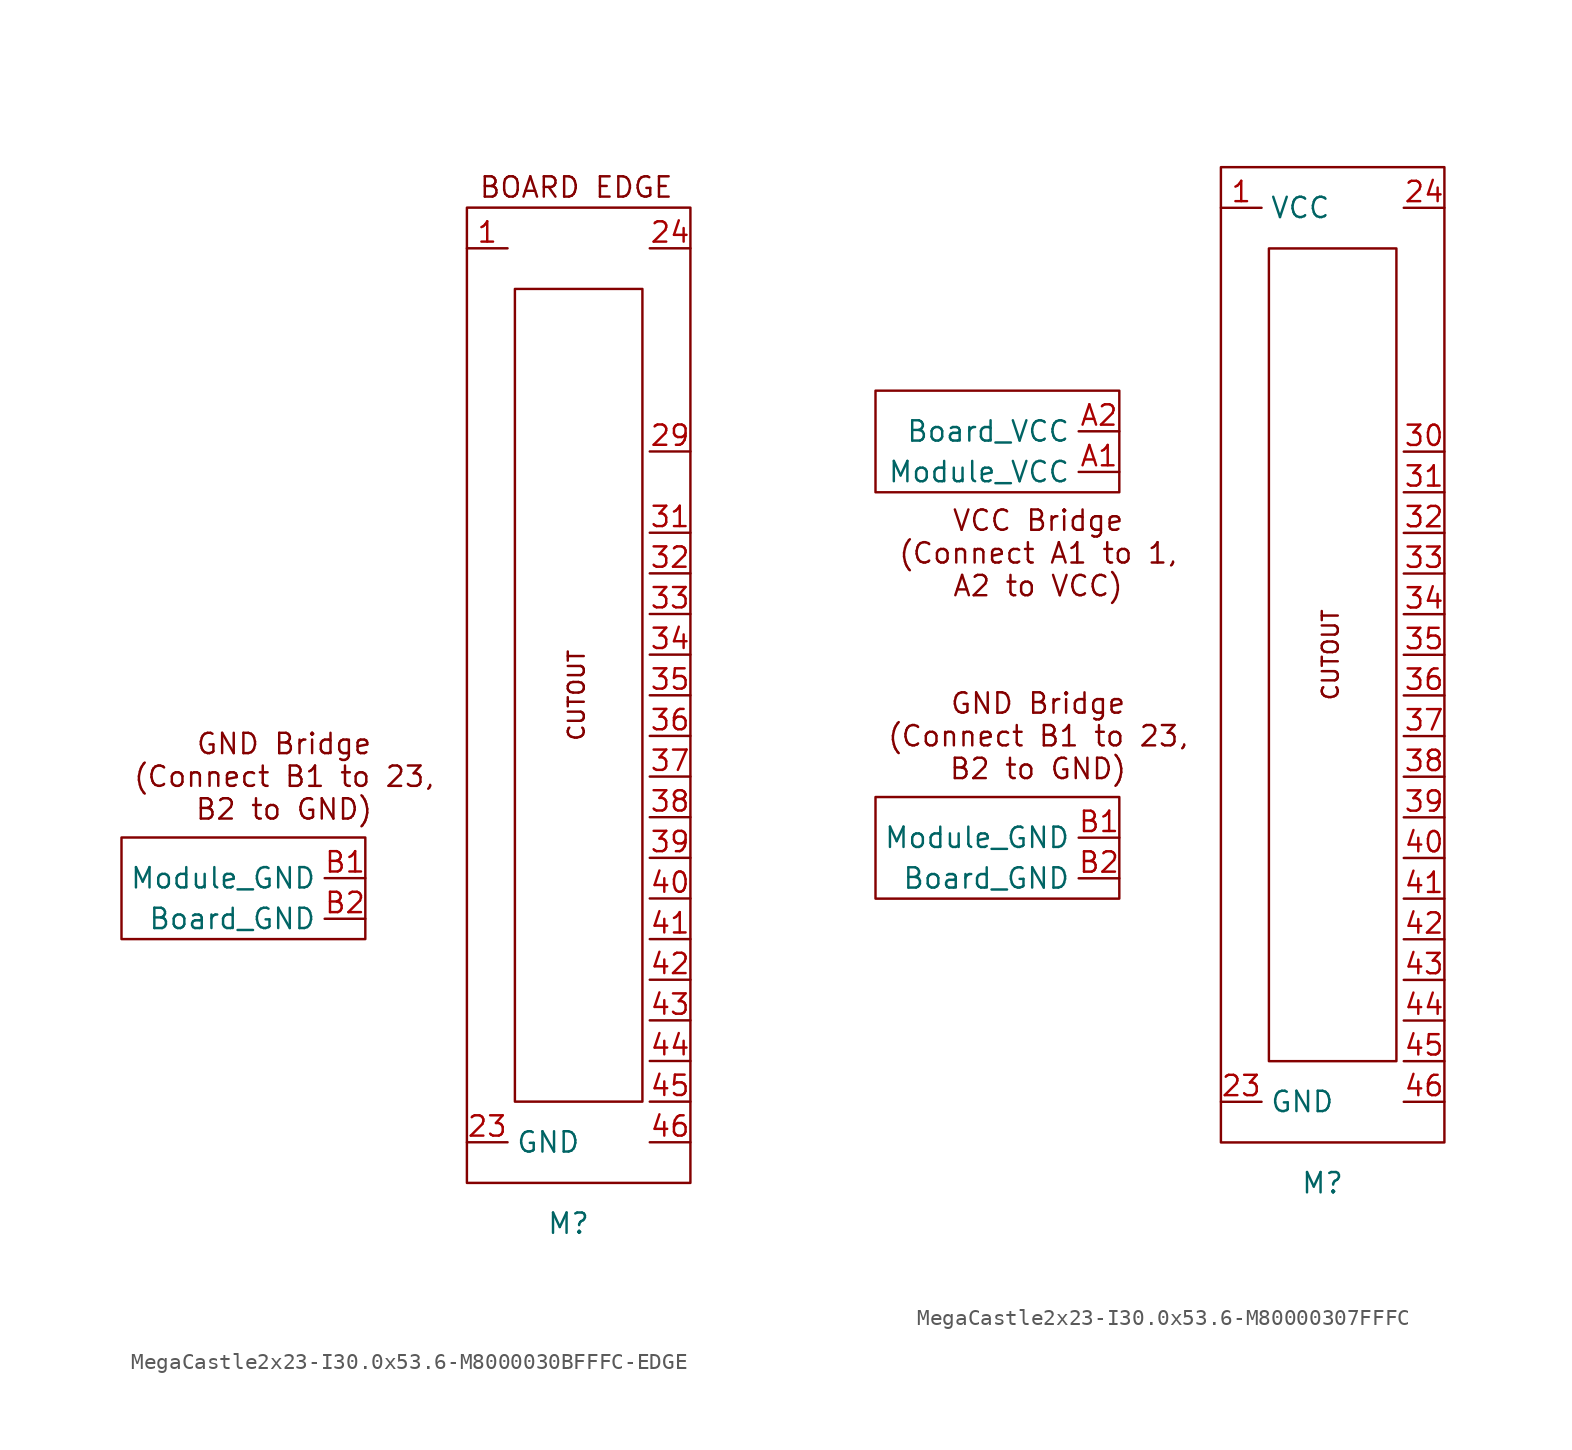
<source format=kicad_sym>
(kicad_symbol_lib
  (version 20231120)
  (generator "kicad_symbol_editor")
  (generator_version "8.0")
  (symbol "MegaCastle2x23-I30.0x53.6-M8000030BFFFC-EDGE"
    (property "Reference" "M"
      (at 0 -33.02 0)
      (effects (font (size 1.27 1.27))))
    (property "Value" ""
      (at 0 5.08 0)
      (effects (font (size 1.27 1.27))))
    (symbol "MegaCastle2x23-I30.0x53.6-M8000030BFFFC-EDGE_0_1"
      (rectangle (start -27.94 -8.89) (end -12.7 -15.24) (stroke (width 0) (type default)) (fill (type none)))
      (rectangle (start -6.35 30.48) (end 7.62 -30.48) (stroke (width 0) (type default)) (fill (type none)))
      (rectangle (start -3.35 25.4) (end 4.62 -25.4) (stroke (width 0) (type default)) (fill (type none))))
    (symbol "MegaCastle2x23-I30.0x53.6-M8000030BFFFC-EDGE_1_1"
      (text "GND Bridge\n(Connect B1 to 23,\nB2 to GND)" (at -17.78 -5.08 0) (effects (font (size 1.27 1.27))))
      (text " BOARD EDGE" (at 0 31.75 0) (effects (font (size 1.27 1.27))))
      (text "CUTOUT" (at 0.5 0 900) (effects (font (size 1 1))))
      (pin bidirectional line (at -6.35 27.94 0) (length 2.54) (name "" (effects (font (size 1.27 1.27)))) (number "1" (effects (font (size 1.27 1.27)))))
      (pin bidirectional line (at -6.35 -27.94 0) (length 2.54) (name "GND" (effects (font (size 1.27 1.27)))) (number "23" (effects (font (size 1.27 1.27)))))
      (pin bidirectional line (at 7.62 27.94 180) (length 2.54) (name "" (effects (font (size 1.27 1.27)))) (number "24" (effects (font (size 1.27 1.27)))))
      (pin bidirectional line (at 7.62 15.24 180) (length 2.54) (name "" (effects (font (size 1.27 1.27)))) (number "29" (effects (font (size 1.27 1.27)))))
      (pin bidirectional line (at 7.62 10.16 180) (length 2.54) (name "" (effects (font (size 1.27 1.27)))) (number "31" (effects (font (size 1.27 1.27)))))
      (pin bidirectional line (at 7.62 7.62 180) (length 2.54) (name "" (effects (font (size 1.27 1.27)))) (number "32" (effects (font (size 1.27 1.27)))))
      (pin bidirectional line (at 7.62 5.08 180) (length 2.54) (name "" (effects (font (size 1.27 1.27)))) (number "33" (effects (font (size 1.27 1.27)))))
      (pin bidirectional line (at 7.62 2.54 180) (length 2.54) (name "" (effects (font (size 1.27 1.27)))) (number "34" (effects (font (size 1.27 1.27)))))
      (pin bidirectional line (at 7.62 0 180) (length 2.54) (name "" (effects (font (size 1.27 1.27)))) (number "35" (effects (font (size 1.27 1.27)))))
      (pin bidirectional line (at 7.62 -2.54 180) (length 2.54) (name "" (effects (font (size 1.27 1.27)))) (number "36" (effects (font (size 1.27 1.27)))))
      (pin bidirectional line (at 7.62 -5.08 180) (length 2.54) (name "" (effects (font (size 1.27 1.27)))) (number "37" (effects (font (size 1.27 1.27)))))
      (pin bidirectional line (at 7.62 -7.62 180) (length 2.54) (name "" (effects (font (size 1.27 1.27)))) (number "38" (effects (font (size 1.27 1.27)))))
      (pin bidirectional line (at 7.62 -10.16 180) (length 2.54) (name "" (effects (font (size 1.27 1.27)))) (number "39" (effects (font (size 1.27 1.27)))))
      (pin bidirectional line (at 7.62 -12.7 180) (length 2.54) (name "" (effects (font (size 1.27 1.27)))) (number "40" (effects (font (size 1.27 1.27)))))
      (pin bidirectional line (at 7.62 -15.24 180) (length 2.54) (name "" (effects (font (size 1.27 1.27)))) (number "41" (effects (font (size 1.27 1.27)))))
      (pin bidirectional line (at 7.62 -17.78 180) (length 2.54) (name "" (effects (font (size 1.27 1.27)))) (number "42" (effects (font (size 1.27 1.27)))))
      (pin bidirectional line (at 7.62 -20.32 180) (length 2.54) (name "" (effects (font (size 1.27 1.27)))) (number "43" (effects (font (size 1.27 1.27)))))
      (pin bidirectional line (at 7.62 -22.86 180) (length 2.54) (name "" (effects (font (size 1.27 1.27)))) (number "44" (effects (font (size 1.27 1.27)))))
      (pin bidirectional line (at 7.62 -25.4 180) (length 2.54) (name "" (effects (font (size 1.27 1.27)))) (number "45" (effects (font (size 1.27 1.27)))))
      (pin bidirectional line (at 7.62 -27.94 180) (length 2.54) (name "" (effects (font (size 1.27 1.27)))) (number "46" (effects (font (size 1.27 1.27)))))
      (pin bidirectional line (at -12.7 -11.43 180) (length 2.54) (name "Module_GND" (effects (font (size 1.27 1.27)))) (number "B1" (effects (font (size 1.27 1.27)))))
      (pin bidirectional line (at -12.7 -13.97 180) (length 2.54) (name "Board_GND" (effects (font (size 1.27 1.27)))) (number "B2" (effects (font (size 1.27 1.27)))))))
  (symbol "MegaCastle2x23-I30.0x53.6-M80000307FFFC"
    (property "Reference" "M"
      (at 0 -33.02 0)
      (effects (font (size 1.27 1.27))))
    (property "Value" ""
      (at 0 5.08 0)
      (effects (font (size 1.27 1.27))))
    (symbol "MegaCastle2x23-I30.0x53.6-M80000307FFFC_0_1"
      (rectangle (start -27.94 16.51) (end -12.7 10.16) (stroke (width 0) (type default)) (fill (type none)))
      (rectangle (start -27.94 -8.89) (end -12.7 -15.24) (stroke (width 0) (type default)) (fill (type none)))
      (rectangle (start -6.35 30.48) (end 7.62 -30.48) (stroke (width 0) (type default)) (fill (type none)))
      (rectangle (start -3.35 25.4) (end 4.62 -25.4) (stroke (width 0) (type default)) (fill (type none))))
    (symbol "MegaCastle2x23-I30.0x53.6-M80000307FFFC_1_1"
      (text "GND Bridge\n(Connect B1 to 23,\nB2 to GND)" (at -17.78 -5.08 0) (effects (font (size 1.27 1.27))))
      (text "VCC Bridge\n(Connect A1 to 1,\nA2 to VCC)" (at -17.78 6.35 0) (effects (font (size 1.27 1.27))))
      (text "CUTOUT" (at 0.5 0 900) (effects (font (size 1 1))))
      (pin bidirectional line (at -6.35 27.94 0) (length 2.54) (name "VCC" (effects (font (size 1.27 1.27)))) (number "1" (effects (font (size 1.27 1.27)))))
      (pin bidirectional line (at -6.35 -27.94 0) (length 2.54) (name "GND" (effects (font (size 1.27 1.27)))) (number "23" (effects (font (size 1.27 1.27)))))
      (pin bidirectional line (at 7.62 27.94 180) (length 2.54) (name "" (effects (font (size 1.27 1.27)))) (number "24" (effects (font (size 1.27 1.27)))))
      (pin bidirectional line (at 7.62 12.7 180) (length 2.54) (name "" (effects (font (size 1.27 1.27)))) (number "30" (effects (font (size 1.27 1.27)))))
      (pin bidirectional line (at 7.62 10.16 180) (length 2.54) (name "" (effects (font (size 1.27 1.27)))) (number "31" (effects (font (size 1.27 1.27)))))
      (pin bidirectional line (at 7.62 7.62 180) (length 2.54) (name "" (effects (font (size 1.27 1.27)))) (number "32" (effects (font (size 1.27 1.27)))))
      (pin bidirectional line (at 7.62 5.08 180) (length 2.54) (name "" (effects (font (size 1.27 1.27)))) (number "33" (effects (font (size 1.27 1.27)))))
      (pin bidirectional line (at 7.62 2.54 180) (length 2.54) (name "" (effects (font (size 1.27 1.27)))) (number "34" (effects (font (size 1.27 1.27)))))
      (pin bidirectional line (at 7.62 0 180) (length 2.54) (name "" (effects (font (size 1.27 1.27)))) (number "35" (effects (font (size 1.27 1.27)))))
      (pin bidirectional line (at 7.62 -2.54 180) (length 2.54) (name "" (effects (font (size 1.27 1.27)))) (number "36" (effects (font (size 1.27 1.27)))))
      (pin bidirectional line (at 7.62 -5.08 180) (length 2.54) (name "" (effects (font (size 1.27 1.27)))) (number "37" (effects (font (size 1.27 1.27)))))
      (pin bidirectional line (at 7.62 -7.62 180) (length 2.54) (name "" (effects (font (size 1.27 1.27)))) (number "38" (effects (font (size 1.27 1.27)))))
      (pin bidirectional line (at 7.62 -10.16 180) (length 2.54) (name "" (effects (font (size 1.27 1.27)))) (number "39" (effects (font (size 1.27 1.27)))))
      (pin bidirectional line (at 7.62 -12.7 180) (length 2.54) (name "" (effects (font (size 1.27 1.27)))) (number "40" (effects (font (size 1.27 1.27)))))
      (pin bidirectional line (at 7.62 -15.24 180) (length 2.54) (name "" (effects (font (size 1.27 1.27)))) (number "41" (effects (font (size 1.27 1.27)))))
      (pin bidirectional line (at 7.62 -17.78 180) (length 2.54) (name "" (effects (font (size 1.27 1.27)))) (number "42" (effects (font (size 1.27 1.27)))))
      (pin bidirectional line (at 7.62 -20.32 180) (length 2.54) (name "" (effects (font (size 1.27 1.27)))) (number "43" (effects (font (size 1.27 1.27)))))
      (pin bidirectional line (at 7.62 -22.86 180) (length 2.54) (name "" (effects (font (size 1.27 1.27)))) (number "44" (effects (font (size 1.27 1.27)))))
      (pin bidirectional line (at 7.62 -25.4 180) (length 2.54) (name "" (effects (font (size 1.27 1.27)))) (number "45" (effects (font (size 1.27 1.27)))))
      (pin bidirectional line (at 7.62 -27.94 180) (length 2.54) (name "" (effects (font (size 1.27 1.27)))) (number "46" (effects (font (size 1.27 1.27)))))
      (pin bidirectional line (at -12.7 11.43 180) (length 2.54) (name "Module_VCC" (effects (font (size 1.27 1.27)))) (number "A1" (effects (font (size 1.27 1.27)))))
      (pin bidirectional line (at -12.7 13.97 180) (length 2.54) (name "Board_VCC" (effects (font (size 1.27 1.27)))) (number "A2" (effects (font (size 1.27 1.27)))))
      (pin bidirectional line (at -12.7 -11.43 180) (length 2.54) (name "Module_GND" (effects (font (size 1.27 1.27)))) (number "B1" (effects (font (size 1.27 1.27)))))
      (pin bidirectional line (at -12.7 -13.97 180) (length 2.54) (name "Board_GND" (effects (font (size 1.27 1.27)))) (number "B2" (effects (font (size 1.27 1.27))))))))
</source>
